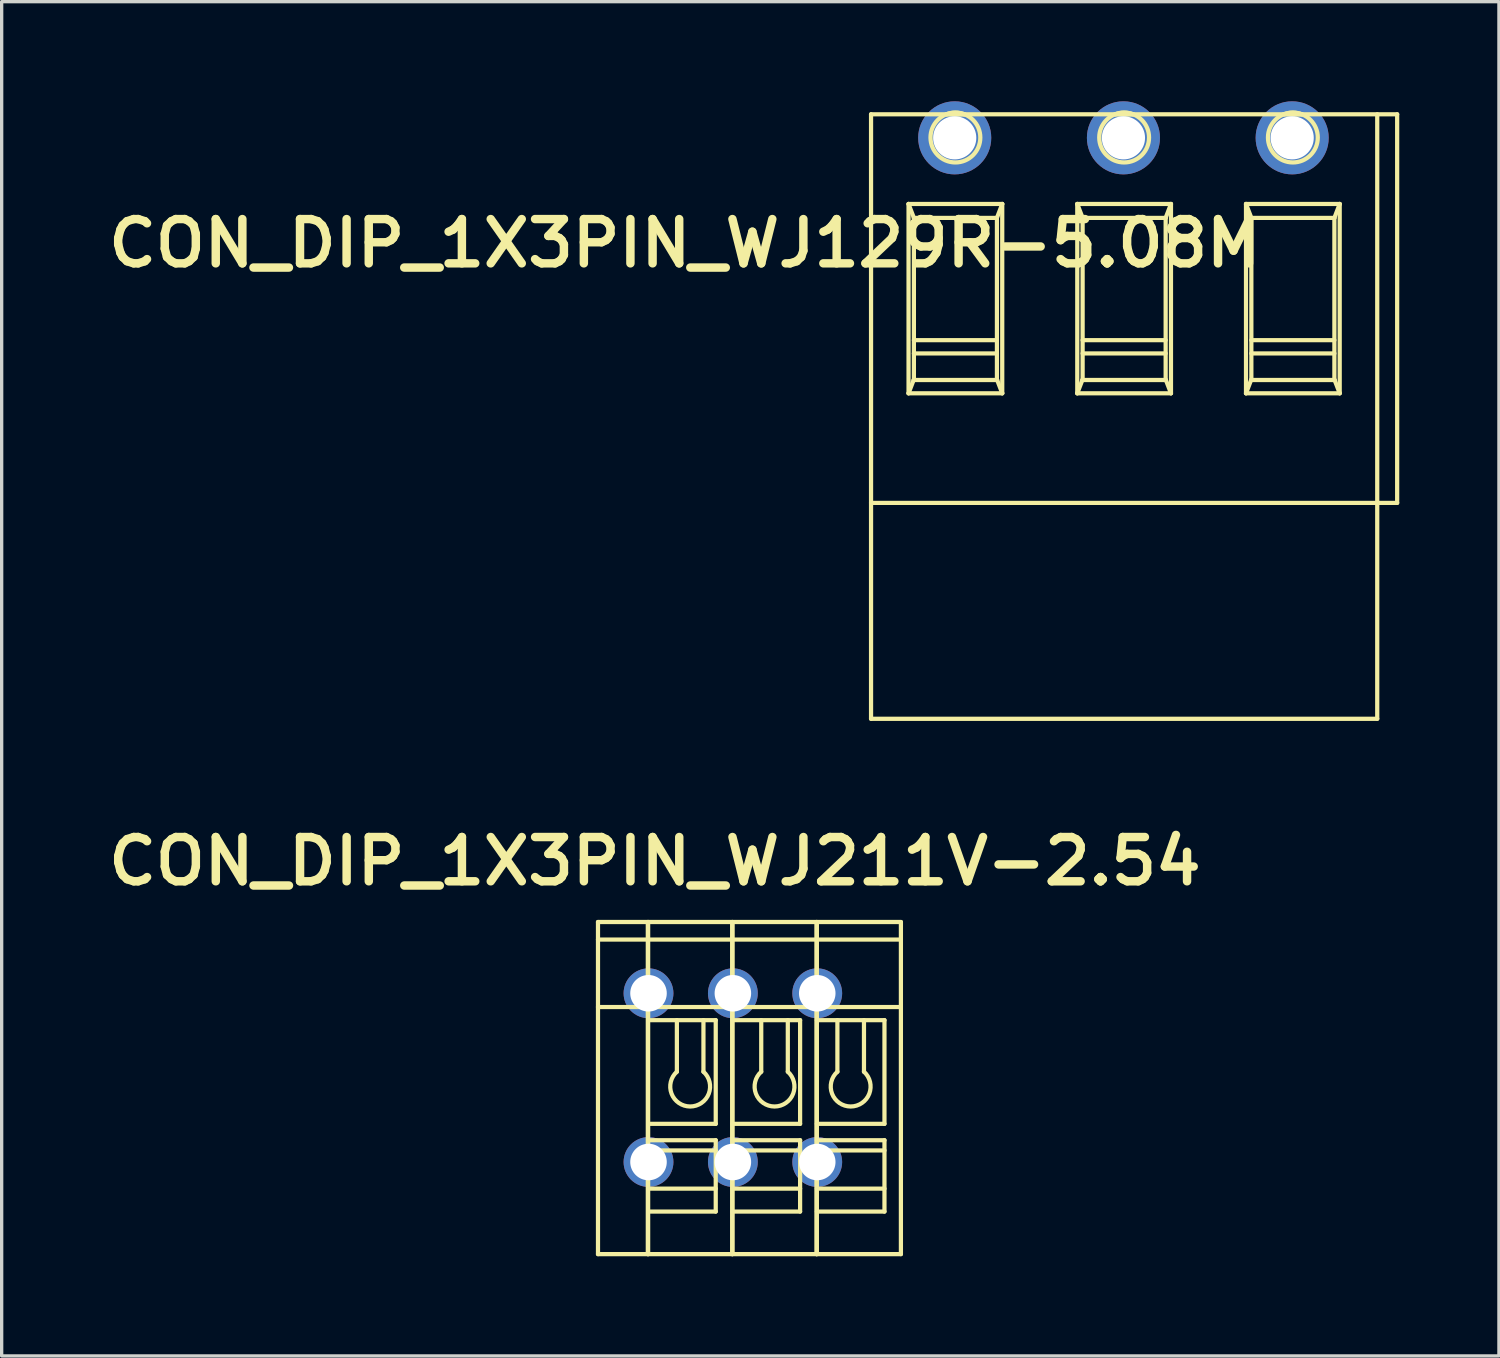
<source format=kicad_pcb>
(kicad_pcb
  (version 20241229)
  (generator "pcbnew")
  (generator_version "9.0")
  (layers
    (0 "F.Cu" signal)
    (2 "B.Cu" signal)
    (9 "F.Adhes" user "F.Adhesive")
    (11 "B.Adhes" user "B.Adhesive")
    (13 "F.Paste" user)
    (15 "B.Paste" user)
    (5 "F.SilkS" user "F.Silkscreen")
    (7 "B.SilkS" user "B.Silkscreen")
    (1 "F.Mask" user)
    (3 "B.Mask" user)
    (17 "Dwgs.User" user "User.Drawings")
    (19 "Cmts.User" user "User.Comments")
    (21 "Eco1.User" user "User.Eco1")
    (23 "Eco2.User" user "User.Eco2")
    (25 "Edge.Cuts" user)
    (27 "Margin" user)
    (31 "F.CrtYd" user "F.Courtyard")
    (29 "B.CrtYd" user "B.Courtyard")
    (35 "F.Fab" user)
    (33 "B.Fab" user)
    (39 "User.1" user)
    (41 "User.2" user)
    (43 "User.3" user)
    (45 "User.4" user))
  (footprint "CON_DIP_1X3PIN_WJ129R-5.08M"
    (layer "F.Cu")
    (at 30.52 12.149)
    (property "Reference" "CON_DIP_1X3PIN_WJ129R-5.08M" (at -12.954 -7.874 0) (unlocked yes) (layer "F.SilkS") (effects (font (size 1.333 1.402) (thickness 0.254))))
    (attr smd)
    (fp_line (start -7.345 -11.758) (end 8.495 -11.758) (stroke (width 0.127) (type solid)) (layer "F.SilkS"))
    (fp_line (start -7.345 -0.058) (end 8.495 -0.058) (stroke (width 0.127) (type solid)) (layer "F.SilkS"))
    (fp_line (start -7.345 6.442) (end -7.345 -11.758) (stroke (width 0.127) (type solid)) (layer "F.SilkS"))
    (fp_line (start -7.345 6.442) (end 7.895 6.442) (stroke (width 0.127) (type solid)) (layer "F.SilkS"))
    (fp_line (start -6.216 -9.058) (end -6.055 -8.638) (stroke (width 0.127) (type solid)) (layer "F.SilkS"))
    (fp_line (start -6.216 -9.058) (end -3.395 -9.058) (stroke (width 0.127) (type solid)) (layer "F.SilkS"))
    (fp_line (start -6.216 -3.358) (end -6.216 -9.058) (stroke (width 0.127) (type solid)) (layer "F.SilkS"))
    (fp_line (start -6.216 -3.358) (end -6.063 -3.758) (stroke (width 0.127) (type solid)) (layer "F.SilkS"))
    (fp_line (start -6.216 -3.358) (end -3.395 -3.358) (stroke (width 0.127) (type solid)) (layer "F.SilkS"))
    (fp_line (start -6.063 -3.758) (end -3.548 -3.758) (stroke (width 0.127) (type solid)) (layer "F.SilkS"))
    (fp_line (start -6.055 -8.638) (end -3.555 -8.638) (stroke (width 0.127) (type solid)) (layer "F.SilkS"))
    (fp_line (start -6.055 -4.958) (end -3.555 -4.958) (stroke (width 0.127) (type solid)) (layer "F.SilkS"))
    (fp_line (start -6.055 -4.558) (end -3.555 -4.558) (stroke (width 0.127) (type solid)) (layer "F.SilkS"))
    (fp_line (start -6.055 -3.758) (end -6.055 -8.638) (stroke (width 0.127) (type solid)) (layer "F.SilkS"))
    (fp_line (start -5.072 -11.758) (end -4.539 -11.758) (stroke (width 0.127) (type solid)) (layer "F.SilkS"))
    (fp_line (start -3.555 -8.638) (end -3.395 -9.058) (stroke (width 0.127) (type solid)) (layer "F.SilkS"))
    (fp_line (start -3.555 -3.758) (end -3.555 -8.638) (stroke (width 0.127) (type solid)) (layer "F.SilkS"))
    (fp_line (start -3.548 -3.758) (end -3.395 -3.358) (stroke (width 0.127) (type solid)) (layer "F.SilkS"))
    (fp_line (start -3.395 -3.358) (end -3.395 -9.058) (stroke (width 0.127) (type solid)) (layer "F.SilkS"))
    (fp_line (start -1.136 -9.058) (end -0.975 -8.638) (stroke (width 0.127) (type solid)) (layer "F.SilkS"))
    (fp_line (start -1.136 -9.058) (end 1.685 -9.058) (stroke (width 0.127) (type solid)) (layer "F.SilkS"))
    (fp_line (start -1.136 -3.358) (end -1.136 -9.058) (stroke (width 0.127) (type solid)) (layer "F.SilkS"))
    (fp_line (start -1.136 -3.358) (end -0.983 -3.758) (stroke (width 0.127) (type solid)) (layer "F.SilkS"))
    (fp_line (start -1.136 -3.358) (end 1.685 -3.358) (stroke (width 0.127) (type solid)) (layer "F.SilkS"))
    (fp_line (start -0.983 -3.758) (end 1.532 -3.758) (stroke (width 0.127) (type solid)) (layer "F.SilkS"))
    (fp_line (start -0.975 -8.638) (end 1.525 -8.638) (stroke (width 0.127) (type solid)) (layer "F.SilkS"))
    (fp_line (start -0.975 -4.958) (end 1.525 -4.958) (stroke (width 0.127) (type solid)) (layer "F.SilkS"))
    (fp_line (start -0.975 -4.558) (end 1.525 -4.558) (stroke (width 0.127) (type solid)) (layer "F.SilkS"))
    (fp_line (start -0.975 -3.758) (end -0.975 -8.638) (stroke (width 0.127) (type solid)) (layer "F.SilkS"))
    (fp_line (start 0.008 -11.758) (end 0.541 -11.758) (stroke (width 0.127) (type solid)) (layer "F.SilkS"))
    (fp_line (start 1.525 -8.638) (end 1.685 -9.058) (stroke (width 0.127) (type solid)) (layer "F.SilkS"))
    (fp_line (start 1.525 -3.758) (end 1.525 -8.638) (stroke (width 0.127) (type solid)) (layer "F.SilkS"))
    (fp_line (start 1.532 -3.758) (end 1.685 -3.358) (stroke (width 0.127) (type solid)) (layer "F.SilkS"))
    (fp_line (start 1.685 -3.358) (end 1.685 -9.058) (stroke (width 0.127) (type solid)) (layer "F.SilkS"))
    (fp_line (start 3.944 -9.058) (end 4.105 -8.638) (stroke (width 0.127) (type solid)) (layer "F.SilkS"))
    (fp_line (start 3.944 -9.058) (end 6.765 -9.058) (stroke (width 0.127) (type solid)) (layer "F.SilkS"))
    (fp_line (start 3.944 -3.358) (end 3.944 -9.058) (stroke (width 0.127) (type solid)) (layer "F.SilkS"))
    (fp_line (start 3.944 -3.358) (end 4.097 -3.758) (stroke (width 0.127) (type solid)) (layer "F.SilkS"))
    (fp_line (start 3.944 -3.358) (end 6.765 -3.358) (stroke (width 0.127) (type solid)) (layer "F.SilkS"))
    (fp_line (start 4.097 -3.758) (end 6.612 -3.758) (stroke (width 0.127) (type solid)) (layer "F.SilkS"))
    (fp_line (start 4.105 -8.638) (end 6.605 -8.638) (stroke (width 0.127) (type solid)) (layer "F.SilkS"))
    (fp_line (start 4.105 -4.958) (end 6.605 -4.958) (stroke (width 0.127) (type solid)) (layer "F.SilkS"))
    (fp_line (start 4.105 -4.558) (end 6.605 -4.558) (stroke (width 0.127) (type solid)) (layer "F.SilkS"))
    (fp_line (start 4.105 -3.758) (end 4.105 -8.638) (stroke (width 0.127) (type solid)) (layer "F.SilkS"))
    (fp_line (start 5.088 -11.758) (end 5.621 -11.758) (stroke (width 0.127) (type solid)) (layer "F.SilkS"))
    (fp_line (start 6.605 -8.638) (end 6.765 -9.058) (stroke (width 0.127) (type solid)) (layer "F.SilkS"))
    (fp_line (start 6.605 -3.758) (end 6.605 -8.638) (stroke (width 0.127) (type solid)) (layer "F.SilkS"))
    (fp_line (start 6.612 -3.758) (end 6.765 -3.358) (stroke (width 0.127) (type solid)) (layer "F.SilkS"))
    (fp_line (start 6.765 -3.358) (end 6.765 -9.058) (stroke (width 0.127) (type solid)) (layer "F.SilkS"))
    (fp_line (start 7.895 6.442) (end 7.895 -11.758) (stroke (width 0.127) (type solid)) (layer "F.SilkS"))
    (fp_line (start 8.495 -0.058) (end 8.495 -11.758) (stroke (width 0.127) (type solid)) (layer "F.SilkS"))
    (fp_arc (start -5.07168 -11.759309) (mid -4.80535 -11.80819) (end -4.53902 -11.759309) (stroke (width 0.127) (type solid)) (layer "F.SilkS"))
    (fp_arc (start 0.00833 -11.759309) (mid 0.27466 -11.80819) (end 0.54099 -11.759309) (stroke (width 0.127) (type solid)) (layer "F.SilkS"))
    (fp_arc (start 5.08833 -11.759309) (mid 5.35466 -11.80819) (end 5.62099 -11.759309) (stroke (width 0.127) (type solid)) (layer "F.SilkS"))
    (fp_circle (center -4.805 -11.058) (end -4.055 -11.058) (stroke (width 0.127) (type solid)) (fill no) (layer "F.SilkS"))
    (fp_circle (center 0.275 -11.058) (end 1.025 -11.058) (stroke (width 0.127) (type solid)) (fill no) (layer "F.SilkS"))
    (fp_circle (center 5.355 -11.058) (end 6.105 -11.058) (stroke (width 0.127) (type solid)) (fill no) (layer "F.SilkS"))
    (pad "1" thru_hole circle (at -4.826 -11.049) (size 2.2 2.2) (drill 1.3) (layers "*.Cu" "*.Mask"))
    (pad "2" thru_hole circle (at 0.254 -11.049) (size 2.2 2.2) (drill 1.3) (layers "*.Cu" "*.Mask"))
    (pad "3" thru_hole circle (at 5.334 -11.049) (size 2.2 2.2) (drill 1.3) (layers "*.Cu" "*.Mask")))
  (footprint "CON_DIP_1X3PIN_WJ211V-2.54"
    (layer "F.Cu")
    (at 16.475 26.855)
    (property "Reference" "CON_DIP_1X3PIN_WJ211V-2.54" (at 0.191 -3.975 0) (unlocked yes) (layer "F.SilkS") (effects (font (size 1.333 1.402) (thickness 0.254))))
    (attr smd)
    (fp_line (start -1.521 -2.146) (end -0.021 -2.146) (stroke (width 0.127) (type solid)) (layer "F.SilkS"))
    (fp_line (start -1.521 -1.617) (end -0.021 -1.617) (stroke (width 0.127) (type solid)) (layer "F.SilkS"))
    (fp_line (start -1.521 0.414) (end -0.021 0.414) (stroke (width 0.127) (type solid)) (layer "F.SilkS"))
    (fp_line (start -1.521 7.854) (end -1.521 -2.146) (stroke (width 0.127) (type solid)) (layer "F.SilkS"))
    (fp_line (start -1.521 7.854) (end -0.021 7.854) (stroke (width 0.127) (type solid)) (layer "F.SilkS"))
    (fp_line (start -0.021 7.854) (end -0.021 -2.146) (stroke (width 0.127) (type solid)) (layer "F.SilkS"))
    (fp_line (start -0.011 -2.146) (end 2.519 -2.146) (stroke (width 0.127) (type solid)) (layer "F.SilkS"))
    (fp_line (start -0.011 -1.617) (end 2.519 -1.617) (stroke (width 0.127) (type solid)) (layer "F.SilkS"))
    (fp_line (start -0.011 0.414) (end 2.519 0.414) (stroke (width 0.127) (type solid)) (layer "F.SilkS"))
    (fp_line (start -0.011 0.809) (end 2.024 0.809) (stroke (width 0.127) (type solid)) (layer "F.SilkS"))
    (fp_line (start -0.011 3.931) (end 2.024 3.931) (stroke (width 0.127) (type solid)) (layer "F.SilkS"))
    (fp_line (start -0.011 4.424) (end 2.024 4.424) (stroke (width 0.127) (type solid)) (layer "F.SilkS"))
    (fp_line (start -0.011 4.731) (end 2.024 4.731) (stroke (width 0.127) (type solid)) (layer "F.SilkS"))
    (fp_line (start -0.011 5.882) (end 2.024 5.882) (stroke (width 0.127) (type solid)) (layer "F.SilkS"))
    (fp_line (start -0.011 6.572) (end 2.024 6.572) (stroke (width 0.127) (type solid)) (layer "F.SilkS"))
    (fp_line (start -0.011 7.854) (end -0.011 -2.146) (stroke (width 0.127) (type solid)) (layer "F.SilkS"))
    (fp_line (start -0.011 7.854) (end 2.519 7.854) (stroke (width 0.127) (type solid)) (layer "F.SilkS"))
    (fp_line (start 0.854 2.362) (end 0.854 0.809) (stroke (width 0.127) (type solid)) (layer "F.SilkS"))
    (fp_line (start 1.654 2.362) (end 1.654 0.809) (stroke (width 0.127) (type solid)) (layer "F.SilkS"))
    (fp_line (start 2.024 3.931) (end 2.024 0.809) (stroke (width 0.127) (type solid)) (layer "F.SilkS"))
    (fp_line (start 2.024 6.572) (end 2.024 4.424) (stroke (width 0.127) (type solid)) (layer "F.SilkS"))
    (fp_line (start 2.519 7.854) (end 2.519 -2.146) (stroke (width 0.127) (type solid)) (layer "F.SilkS"))
    (fp_line (start 2.529 -2.146) (end 5.059 -2.146) (stroke (width 0.127) (type solid)) (layer "F.SilkS"))
    (fp_line (start 2.529 -1.617) (end 5.059 -1.617) (stroke (width 0.127) (type solid)) (layer "F.SilkS"))
    (fp_line (start 2.529 0.414) (end 5.059 0.414) (stroke (width 0.127) (type solid)) (layer "F.SilkS"))
    (fp_line (start 2.529 0.809) (end 4.564 0.809) (stroke (width 0.127) (type solid)) (layer "F.SilkS"))
    (fp_line (start 2.529 3.931) (end 4.564 3.931) (stroke (width 0.127) (type solid)) (layer "F.SilkS"))
    (fp_line (start 2.529 4.424) (end 4.564 4.424) (stroke (width 0.127) (type solid)) (layer "F.SilkS"))
    (fp_line (start 2.529 4.731) (end 4.564 4.731) (stroke (width 0.127) (type solid)) (layer "F.SilkS"))
    (fp_line (start 2.529 5.882) (end 4.564 5.882) (stroke (width 0.127) (type solid)) (layer "F.SilkS"))
    (fp_line (start 2.529 6.572) (end 4.564 6.572) (stroke (width 0.127) (type solid)) (layer "F.SilkS"))
    (fp_line (start 2.529 7.854) (end 2.529 -2.146) (stroke (width 0.127) (type solid)) (layer "F.SilkS"))
    (fp_line (start 2.529 7.854) (end 5.059 7.854) (stroke (width 0.127) (type solid)) (layer "F.SilkS"))
    (fp_line (start 3.394 2.362) (end 3.394 0.809) (stroke (width 0.127) (type solid)) (layer "F.SilkS"))
    (fp_line (start 4.194 2.362) (end 4.194 0.809) (stroke (width 0.127) (type solid)) (layer "F.SilkS"))
    (fp_line (start 4.564 3.931) (end 4.564 0.809) (stroke (width 0.127) (type solid)) (layer "F.SilkS"))
    (fp_line (start 4.564 6.572) (end 4.564 4.424) (stroke (width 0.127) (type solid)) (layer "F.SilkS"))
    (fp_line (start 4.934 4.684) (end 5.334 4.684) (stroke (width 0.127) (type solid)) (layer "F.SilkS"))
    (fp_line (start 4.934 4.912) (end 5.334 4.912) (stroke (width 0.127) (type solid)) (layer "F.SilkS"))
    (fp_line (start 4.934 5.156) (end 5.334 5.156) (stroke (width 0.127) (type solid)) (layer "F.SilkS"))
    (fp_line (start 4.934 5.384) (end 4.934 4.684) (stroke (width 0.127) (type solid)) (layer "F.SilkS"))
    (fp_line (start 4.934 5.384) (end 5.334 5.384) (stroke (width 0.127) (type solid)) (layer "F.SilkS"))
    (fp_line (start 5.059 7.854) (end 5.059 -2.146) (stroke (width 0.127) (type solid)) (layer "F.SilkS"))
    (fp_line (start 5.069 -2.146) (end 7.599 -2.146) (stroke (width 0.127) (type solid)) (layer "F.SilkS"))
    (fp_line (start 5.069 -1.617) (end 7.599 -1.617) (stroke (width 0.127) (type solid)) (layer "F.SilkS"))
    (fp_line (start 5.069 0.414) (end 7.599 0.414) (stroke (width 0.127) (type solid)) (layer "F.SilkS"))
    (fp_line (start 5.069 0.809) (end 7.104 0.809) (stroke (width 0.127) (type solid)) (layer "F.SilkS"))
    (fp_line (start 5.069 3.931) (end 7.104 3.931) (stroke (width 0.127) (type solid)) (layer "F.SilkS"))
    (fp_line (start 5.069 4.424) (end 7.104 4.424) (stroke (width 0.127) (type solid)) (layer "F.SilkS"))
    (fp_line (start 5.069 4.731) (end 7.104 4.731) (stroke (width 0.127) (type solid)) (layer "F.SilkS"))
    (fp_line (start 5.069 5.882) (end 7.104 5.882) (stroke (width 0.127) (type solid)) (layer "F.SilkS"))
    (fp_line (start 5.069 6.572) (end 7.104 6.572) (stroke (width 0.127) (type solid)) (layer "F.SilkS"))
    (fp_line (start 5.069 7.854) (end 5.069 -2.146) (stroke (width 0.127) (type solid)) (layer "F.SilkS"))
    (fp_line (start 5.069 7.854) (end 7.599 7.854) (stroke (width 0.127) (type solid)) (layer "F.SilkS"))
    (fp_line (start 5.334 5.384) (end 5.334 4.684) (stroke (width 0.127) (type solid)) (layer "F.SilkS"))
    (fp_line (start 5.687 2.362) (end 5.687 0.809) (stroke (width 0.127) (type solid)) (layer "F.SilkS"))
    (fp_line (start 6.487 2.362) (end 6.487 0.809) (stroke (width 0.127) (type solid)) (layer "F.SilkS"))
    (fp_line (start 7.104 3.931) (end 7.104 0.809) (stroke (width 0.127) (type solid)) (layer "F.SilkS"))
    (fp_line (start 7.104 6.572) (end 7.104 4.424) (stroke (width 0.127) (type solid)) (layer "F.SilkS"))
    (fp_line (start 7.599 7.854) (end 7.599 -2.146) (stroke (width 0.127) (type solid)) (layer "F.SilkS"))
    (fp_arc (start 1.65405 2.361535) (mid 1.254129 3.40882) (end 0.854211 2.361534) (stroke (width 0.127) (type solid)) (layer "F.SilkS"))
    (fp_arc (start 4.19405 2.361535) (mid 3.794129 3.40882) (end 3.394211 2.361534) (stroke (width 0.127) (type solid)) (layer "F.SilkS"))
    (fp_arc (start 6.48655 2.361535) (mid 6.086629 3.40882) (end 5.686711 2.361534) (stroke (width 0.127) (type solid)) (layer "F.SilkS"))
    (pad "1" thru_hole circle (at 0 5.08 90) (size 1.5 1.5) (drill 1.1) (layers "*.Cu" "*.Mask"))
    (pad "1_1" thru_hole circle (at 0 0 90) (size 1.5 1.5) (drill 1.1) (layers "*.Cu" "*.Mask"))
    (pad "2" thru_hole circle (at 2.54 5.08 90) (size 1.5 1.5) (drill 1.1) (layers "*.Cu" "*.Mask"))
    (pad "2_1" thru_hole circle (at 2.54 0 90) (size 1.5 1.5) (drill 1.1) (layers "*.Cu" "*.Mask"))
    (pad "3" thru_hole circle (at 5.08 5.08 90) (size 1.5 1.5) (drill 1.1) (layers "*.Cu" "*.Mask"))
    (pad "3_1" thru_hole circle (at 5.08 0 90) (size 1.5 1.5) (drill 1.1) (layers "*.Cu" "*.Mask")))
  (gr_rect
    (start -3 -3)
    (end 42.079 37.773)
    (stroke (width 0.1) (type default))
    (fill no)
    (layer "Edge.Cuts")))
</source>
